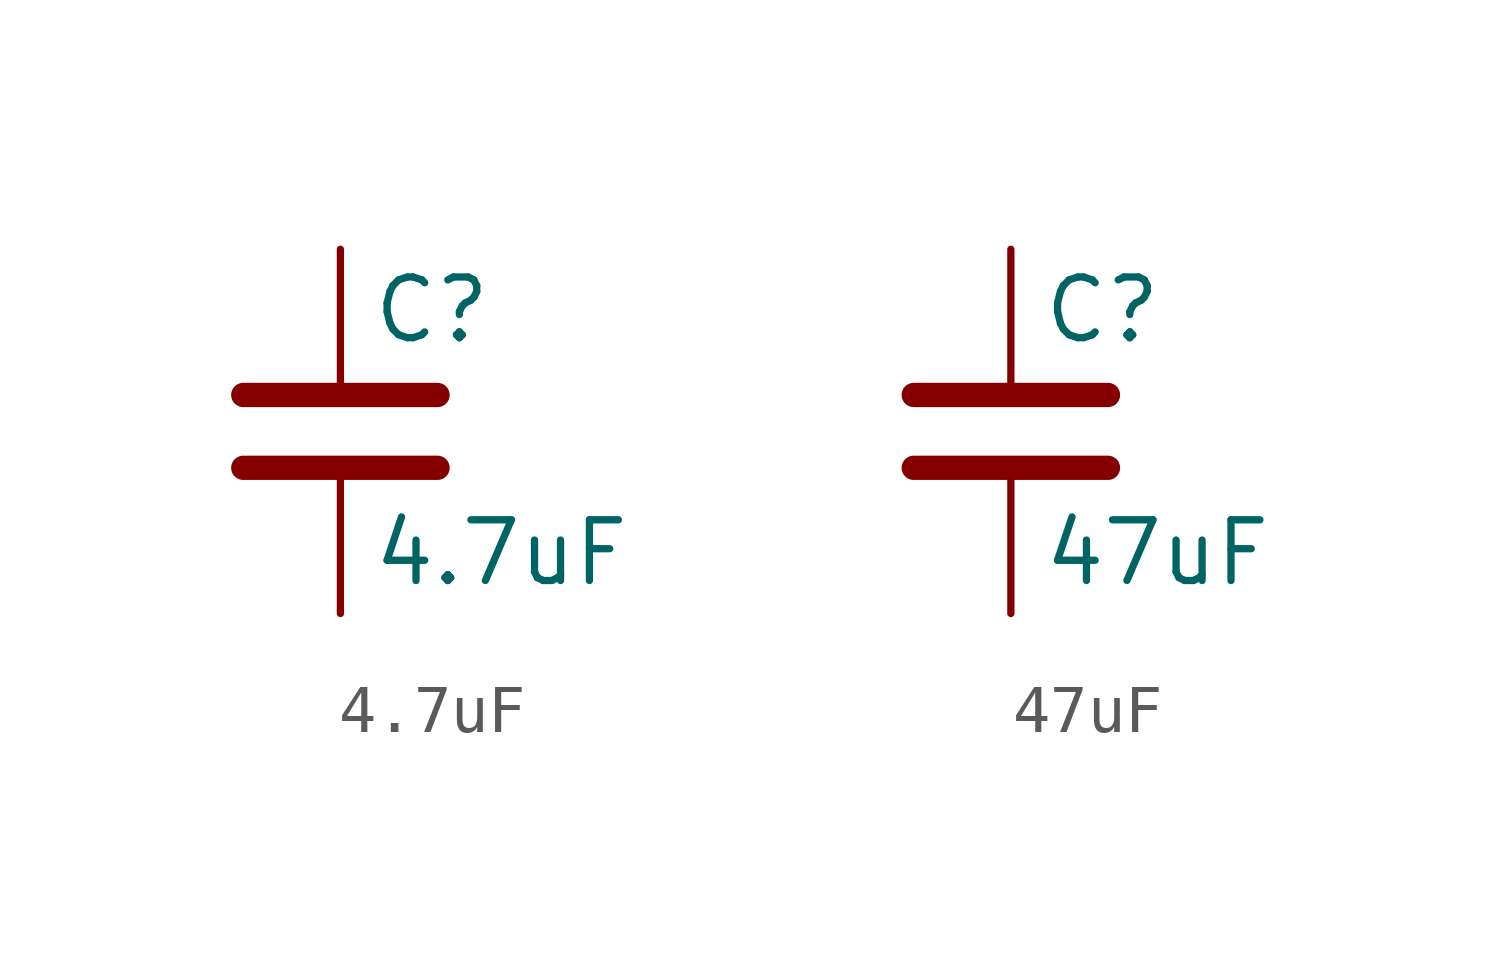
<source format=kicad_sym>
(kicad_symbol_lib
  (version 20220914)
  (generator kicad_symbol_editor)
  (symbol "4.7uF"
    (pin_numbers hide)
    (pin_names
      (offset 0.254))
    (property "Reference" "C"
      (at 0.635 2.54 0)
      (effects (font (size 1.27 1.27)) (justify left)))
    (property "Value" "4.7uF"
      (at 0.635 -2.54 0)
      (effects (font (size 1.27 1.27)) (justify left)))
    (symbol "4.7uF_0_1"
      (polyline (pts (xy -2.032 -0.762) (xy 2.032 -0.762)) (stroke (width 0.508) (type solid)) (fill (type none)))
      (polyline (pts (xy -2.032 0.762) (xy 2.032 0.762)) (stroke (width 0.508) (type solid)) (fill (type none))))
    (symbol "4.7uF_1_1"
      (pin passive line (at 0 3.81 270) (length 2.794) (name "~" (effects (font (size 1.27 1.27)))) (number "1" (effects (font (size 1.27 1.27)))))
      (pin passive line (at 0 -3.81 90) (length 2.794) (name "~" (effects (font (size 1.27 1.27)))) (number "2" (effects (font (size 1.27 1.27)))))))
  (symbol "47uF"
    (pin_numbers hide)
    (pin_names
      (offset 0.254))
    (property "Reference" "C"
      (at 0.635 2.54 0)
      (effects (font (size 1.27 1.27)) (justify left)))
    (property "Value" "47uF"
      (at 0.635 -2.54 0)
      (effects (font (size 1.27 1.27)) (justify left)))
    (symbol "47uF_0_1"
      (polyline (pts (xy -2.032 -0.762) (xy 2.032 -0.762)) (stroke (width 0.508) (type solid)) (fill (type none)))
      (polyline (pts (xy -2.032 0.762) (xy 2.032 0.762)) (stroke (width 0.508) (type solid)) (fill (type none))))
    (symbol "47uF_1_1"
      (pin passive line (at 0 3.81 270) (length 2.794) (name "~" (effects (font (size 1.27 1.27)))) (number "1" (effects (font (size 1.27 1.27)))))
      (pin passive line (at 0 -3.81 90) (length 2.794) (name "~" (effects (font (size 1.27 1.27)))) (number "2" (effects (font (size 1.27 1.27))))))))
</source>
